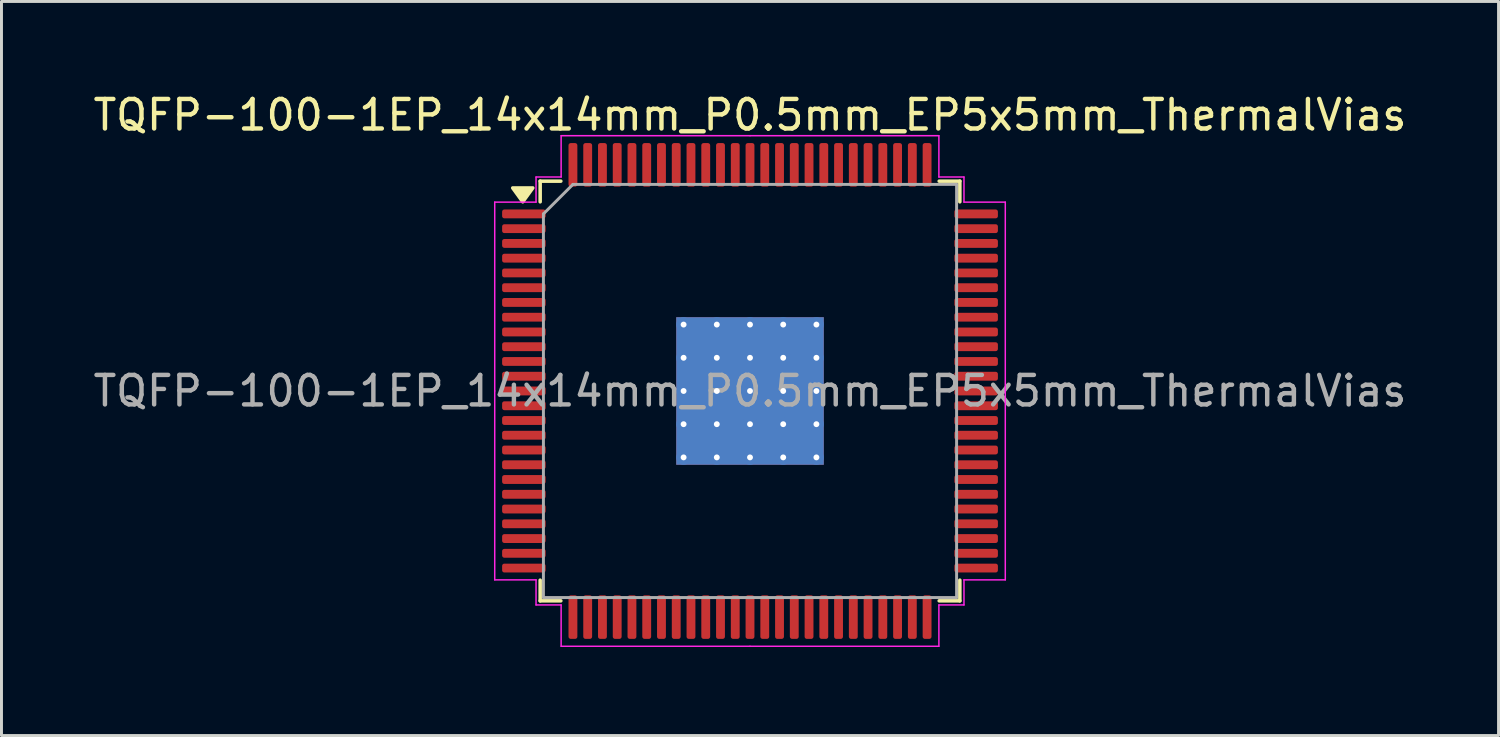
<source format=kicad_pcb>
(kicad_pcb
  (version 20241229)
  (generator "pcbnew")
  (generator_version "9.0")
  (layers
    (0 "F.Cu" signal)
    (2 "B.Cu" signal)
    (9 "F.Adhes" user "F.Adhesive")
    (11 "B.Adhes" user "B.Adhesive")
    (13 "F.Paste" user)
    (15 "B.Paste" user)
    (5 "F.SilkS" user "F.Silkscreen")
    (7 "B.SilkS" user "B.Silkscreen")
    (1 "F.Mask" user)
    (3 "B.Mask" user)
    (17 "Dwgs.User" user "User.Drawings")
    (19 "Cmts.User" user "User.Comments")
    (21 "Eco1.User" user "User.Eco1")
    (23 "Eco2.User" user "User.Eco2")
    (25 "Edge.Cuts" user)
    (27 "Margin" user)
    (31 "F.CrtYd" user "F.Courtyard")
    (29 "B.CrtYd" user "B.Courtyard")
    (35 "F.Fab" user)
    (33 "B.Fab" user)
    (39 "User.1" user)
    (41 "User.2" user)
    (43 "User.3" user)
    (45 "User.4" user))
  (footprint "TQFP-100-1EP_14x14mm_P0.5mm_EP5x5mm_ThermalVias"
    (layer "F.Cu")
    (at 22.363 10.198)
    (property "Reference" "TQFP-100-1EP_14x14mm_P0.5mm_EP5x5mm_ThermalVias" (at 0 -9.35 0) (layer "F.SilkS") (effects (font (size 1 1) (thickness 0.15))))
    (attr smd)
    (fp_line (start -7.11 -7.11) (end -7.11 -6.41) (stroke (width 0.12) (type solid)) (layer "F.SilkS"))
    (fp_line (start -7.11 7.11) (end -7.11 6.41) (stroke (width 0.12) (type solid)) (layer "F.SilkS"))
    (fp_line (start -6.41 -7.11) (end -7.11 -7.11) (stroke (width 0.12) (type solid)) (layer "F.SilkS"))
    (fp_line (start -6.41 7.11) (end -7.11 7.11) (stroke (width 0.12) (type solid)) (layer "F.SilkS"))
    (fp_line (start 6.41 -7.11) (end 7.11 -7.11) (stroke (width 0.12) (type solid)) (layer "F.SilkS"))
    (fp_line (start 6.41 7.11) (end 7.11 7.11) (stroke (width 0.12) (type solid)) (layer "F.SilkS"))
    (fp_line (start 7.11 -7.11) (end 7.11 -6.41) (stroke (width 0.12) (type solid)) (layer "F.SilkS"))
    (fp_line (start 7.11 7.11) (end 7.11 6.41) (stroke (width 0.12) (type solid)) (layer "F.SilkS"))
    (fp_poly (pts (xy -7.7 -6.41) (xy -8.04 -6.88) (xy -7.36 -6.88) (xy -7.7 -6.41)) (stroke (width 0.12) (type solid)) (fill yes) (layer "F.SilkS"))
    (fp_line (start -8.65 -6.4) (end -8.65 0) (stroke (width 0.05) (type solid)) (layer "F.CrtYd"))
    (fp_line (start -8.65 6.4) (end -8.65 0) (stroke (width 0.05) (type solid)) (layer "F.CrtYd"))
    (fp_line (start -7.25 -7.25) (end -7.25 -6.4) (stroke (width 0.05) (type solid)) (layer "F.CrtYd"))
    (fp_line (start -7.25 -6.4) (end -8.65 -6.4) (stroke (width 0.05) (type solid)) (layer "F.CrtYd"))
    (fp_line (start -7.25 6.4) (end -8.65 6.4) (stroke (width 0.05) (type solid)) (layer "F.CrtYd"))
    (fp_line (start -7.25 7.25) (end -7.25 6.4) (stroke (width 0.05) (type solid)) (layer "F.CrtYd"))
    (fp_line (start -6.4 -8.65) (end -6.4 -7.25) (stroke (width 0.05) (type solid)) (layer "F.CrtYd"))
    (fp_line (start -6.4 -7.25) (end -7.25 -7.25) (stroke (width 0.05) (type solid)) (layer "F.CrtYd"))
    (fp_line (start -6.4 7.25) (end -7.25 7.25) (stroke (width 0.05) (type solid)) (layer "F.CrtYd"))
    (fp_line (start -6.4 8.65) (end -6.4 7.25) (stroke (width 0.05) (type solid)) (layer "F.CrtYd"))
    (fp_line (start 0 -8.65) (end -6.4 -8.65) (stroke (width 0.05) (type solid)) (layer "F.CrtYd"))
    (fp_line (start 0 -8.65) (end 6.4 -8.65) (stroke (width 0.05) (type solid)) (layer "F.CrtYd"))
    (fp_line (start 0 8.65) (end -6.4 8.65) (stroke (width 0.05) (type solid)) (layer "F.CrtYd"))
    (fp_line (start 0 8.65) (end 6.4 8.65) (stroke (width 0.05) (type solid)) (layer "F.CrtYd"))
    (fp_line (start 6.4 -8.65) (end 6.4 -7.25) (stroke (width 0.05) (type solid)) (layer "F.CrtYd"))
    (fp_line (start 6.4 -7.25) (end 7.25 -7.25) (stroke (width 0.05) (type solid)) (layer "F.CrtYd"))
    (fp_line (start 6.4 7.25) (end 7.25 7.25) (stroke (width 0.05) (type solid)) (layer "F.CrtYd"))
    (fp_line (start 6.4 8.65) (end 6.4 7.25) (stroke (width 0.05) (type solid)) (layer "F.CrtYd"))
    (fp_line (start 7.25 -7.25) (end 7.25 -6.4) (stroke (width 0.05) (type solid)) (layer "F.CrtYd"))
    (fp_line (start 7.25 -6.4) (end 8.65 -6.4) (stroke (width 0.05) (type solid)) (layer "F.CrtYd"))
    (fp_line (start 7.25 6.4) (end 8.65 6.4) (stroke (width 0.05) (type solid)) (layer "F.CrtYd"))
    (fp_line (start 7.25 7.25) (end 7.25 6.4) (stroke (width 0.05) (type solid)) (layer "F.CrtYd"))
    (fp_line (start 8.65 -6.4) (end 8.65 0) (stroke (width 0.05) (type solid)) (layer "F.CrtYd"))
    (fp_line (start 8.65 6.4) (end 8.65 0) (stroke (width 0.05) (type solid)) (layer "F.CrtYd"))
    (fp_line (start -7 -6) (end -6 -7) (stroke (width 0.1) (type solid)) (layer "F.Fab"))
    (fp_line (start -7 7) (end -7 -6) (stroke (width 0.1) (type solid)) (layer "F.Fab"))
    (fp_line (start -6 -7) (end 7 -7) (stroke (width 0.1) (type solid)) (layer "F.Fab"))
    (fp_line (start 7 -7) (end 7 7) (stroke (width 0.1) (type solid)) (layer "F.Fab"))
    (fp_line (start 7 7) (end -7 7) (stroke (width 0.1) (type solid)) (layer "F.Fab"))
    (fp_text user "${REFERENCE}" (at 0 0 0) (layer "F.Fab") (effects (font (size 1 1) (thickness 0.15))))
    (pad "" smd custom (at -1.688 -1.688) (size 0.891 0.891) (layers "F.Paste") (options (anchor circle)) (primitives (gr_poly (pts (xy -0.387 -0.29) (xy -0.29 -0.387) (xy 0.29 -0.387) (xy 0.387 -0.29) (xy 0.387 0.29) (xy 0.29 0.387) (xy -0.29 0.387) (xy -0.387 0.29)) (width 0.234) (fill yes))))
    (pad "" smd custom (at -1.688 -0.562) (size 0.891 0.891) (layers "F.Paste") (options (anchor circle)) (primitives (gr_poly (pts (xy -0.387 -0.29) (xy -0.29 -0.387) (xy 0.29 -0.387) (xy 0.387 -0.29) (xy 0.387 0.29) (xy 0.29 0.387) (xy -0.29 0.387) (xy -0.387 0.29)) (width 0.234) (fill yes))))
    (pad "" smd custom (at -1.688 0.562) (size 0.891 0.891) (layers "F.Paste") (options (anchor circle)) (primitives (gr_poly (pts (xy -0.387 -0.29) (xy -0.29 -0.387) (xy 0.29 -0.387) (xy 0.387 -0.29) (xy 0.387 0.29) (xy 0.29 0.387) (xy -0.29 0.387) (xy -0.387 0.29)) (width 0.234) (fill yes))))
    (pad "" smd custom (at -1.688 1.688) (size 0.891 0.891) (layers "F.Paste") (options (anchor circle)) (primitives (gr_poly (pts (xy -0.387 -0.29) (xy -0.29 -0.387) (xy 0.29 -0.387) (xy 0.387 -0.29) (xy 0.387 0.29) (xy 0.29 0.387) (xy -0.29 0.387) (xy -0.387 0.29)) (width 0.234) (fill yes))))
    (pad "" smd custom (at -0.562 -1.688) (size 0.891 0.891) (layers "F.Paste") (options (anchor circle)) (primitives (gr_poly (pts (xy -0.387 -0.29) (xy -0.29 -0.387) (xy 0.29 -0.387) (xy 0.387 -0.29) (xy 0.387 0.29) (xy 0.29 0.387) (xy -0.29 0.387) (xy -0.387 0.29)) (width 0.234) (fill yes))))
    (pad "" smd custom (at -0.562 -0.562) (size 0.891 0.891) (layers "F.Paste") (options (anchor circle)) (primitives (gr_poly (pts (xy -0.387 -0.29) (xy -0.29 -0.387) (xy 0.29 -0.387) (xy 0.387 -0.29) (xy 0.387 0.29) (xy 0.29 0.387) (xy -0.29 0.387) (xy -0.387 0.29)) (width 0.234) (fill yes))))
    (pad "" smd custom (at -0.562 0.562) (size 0.891 0.891) (layers "F.Paste") (options (anchor circle)) (primitives (gr_poly (pts (xy -0.387 -0.29) (xy -0.29 -0.387) (xy 0.29 -0.387) (xy 0.387 -0.29) (xy 0.387 0.29) (xy 0.29 0.387) (xy -0.29 0.387) (xy -0.387 0.29)) (width 0.234) (fill yes))))
    (pad "" smd custom (at -0.562 1.688) (size 0.891 0.891) (layers "F.Paste") (options (anchor circle)) (primitives (gr_poly (pts (xy -0.387 -0.29) (xy -0.29 -0.387) (xy 0.29 -0.387) (xy 0.387 -0.29) (xy 0.387 0.29) (xy 0.29 0.387) (xy -0.29 0.387) (xy -0.387 0.29)) (width 0.234) (fill yes))))
    (pad "" smd custom (at 0.562 -1.688) (size 0.891 0.891) (layers "F.Paste") (options (anchor circle)) (primitives (gr_poly (pts (xy -0.387 -0.29) (xy -0.29 -0.387) (xy 0.29 -0.387) (xy 0.387 -0.29) (xy 0.387 0.29) (xy 0.29 0.387) (xy -0.29 0.387) (xy -0.387 0.29)) (width 0.234) (fill yes))))
    (pad "" smd custom (at 0.562 -0.562) (size 0.891 0.891) (layers "F.Paste") (options (anchor circle)) (primitives (gr_poly (pts (xy -0.387 -0.29) (xy -0.29 -0.387) (xy 0.29 -0.387) (xy 0.387 -0.29) (xy 0.387 0.29) (xy 0.29 0.387) (xy -0.29 0.387) (xy -0.387 0.29)) (width 0.234) (fill yes))))
    (pad "" smd custom (at 0.562 0.562) (size 0.891 0.891) (layers "F.Paste") (options (anchor circle)) (primitives (gr_poly (pts (xy -0.387 -0.29) (xy -0.29 -0.387) (xy 0.29 -0.387) (xy 0.387 -0.29) (xy 0.387 0.29) (xy 0.29 0.387) (xy -0.29 0.387) (xy -0.387 0.29)) (width 0.234) (fill yes))))
    (pad "" smd custom (at 0.562 1.688) (size 0.891 0.891) (layers "F.Paste") (options (anchor circle)) (primitives (gr_poly (pts (xy -0.387 -0.29) (xy -0.29 -0.387) (xy 0.29 -0.387) (xy 0.387 -0.29) (xy 0.387 0.29) (xy 0.29 0.387) (xy -0.29 0.387) (xy -0.387 0.29)) (width 0.234) (fill yes))))
    (pad "" smd custom (at 1.688 -1.688) (size 0.891 0.891) (layers "F.Paste") (options (anchor circle)) (primitives (gr_poly (pts (xy -0.387 -0.29) (xy -0.29 -0.387) (xy 0.29 -0.387) (xy 0.387 -0.29) (xy 0.387 0.29) (xy 0.29 0.387) (xy -0.29 0.387) (xy -0.387 0.29)) (width 0.234) (fill yes))))
    (pad "" smd custom (at 1.688 -0.562) (size 0.891 0.891) (layers "F.Paste") (options (anchor circle)) (primitives (gr_poly (pts (xy -0.387 -0.29) (xy -0.29 -0.387) (xy 0.29 -0.387) (xy 0.387 -0.29) (xy 0.387 0.29) (xy 0.29 0.387) (xy -0.29 0.387) (xy -0.387 0.29)) (width 0.234) (fill yes))))
    (pad "" smd custom (at 1.688 0.562) (size 0.891 0.891) (layers "F.Paste") (options (anchor circle)) (primitives (gr_poly (pts (xy -0.387 -0.29) (xy -0.29 -0.387) (xy 0.29 -0.387) (xy 0.387 -0.29) (xy 0.387 0.29) (xy 0.29 0.387) (xy -0.29 0.387) (xy -0.387 0.29)) (width 0.234) (fill yes))))
    (pad "" smd custom (at 1.688 1.688) (size 0.891 0.891) (layers "F.Paste") (options (anchor circle)) (primitives (gr_poly (pts (xy -0.387 -0.29) (xy -0.29 -0.387) (xy 0.29 -0.387) (xy 0.387 -0.29) (xy 0.387 0.29) (xy 0.29 0.387) (xy -0.29 0.387) (xy -0.387 0.29)) (width 0.234) (fill yes))))
    (pad "1" smd roundrect (at -7.662 -6) (size 1.475 0.3) (layers "F.Cu" "F.Mask" "F.Paste") (roundrect_rratio 0.25))
    (pad "2" smd roundrect (at -7.662 -5.5) (size 1.475 0.3) (layers "F.Cu" "F.Mask" "F.Paste") (roundrect_rratio 0.25))
    (pad "3" smd roundrect (at -7.662 -5) (size 1.475 0.3) (layers "F.Cu" "F.Mask" "F.Paste") (roundrect_rratio 0.25))
    (pad "4" smd roundrect (at -7.662 -4.5) (size 1.475 0.3) (layers "F.Cu" "F.Mask" "F.Paste") (roundrect_rratio 0.25))
    (pad "5" smd roundrect (at -7.662 -4) (size 1.475 0.3) (layers "F.Cu" "F.Mask" "F.Paste") (roundrect_rratio 0.25))
    (pad "6" smd roundrect (at -7.662 -3.5) (size 1.475 0.3) (layers "F.Cu" "F.Mask" "F.Paste") (roundrect_rratio 0.25))
    (pad "7" smd roundrect (at -7.662 -3) (size 1.475 0.3) (layers "F.Cu" "F.Mask" "F.Paste") (roundrect_rratio 0.25))
    (pad "8" smd roundrect (at -7.662 -2.5) (size 1.475 0.3) (layers "F.Cu" "F.Mask" "F.Paste") (roundrect_rratio 0.25))
    (pad "9" smd roundrect (at -7.662 -2) (size 1.475 0.3) (layers "F.Cu" "F.Mask" "F.Paste") (roundrect_rratio 0.25))
    (pad "10" smd roundrect (at -7.662 -1.5) (size 1.475 0.3) (layers "F.Cu" "F.Mask" "F.Paste") (roundrect_rratio 0.25))
    (pad "11" smd roundrect (at -7.662 -1) (size 1.475 0.3) (layers "F.Cu" "F.Mask" "F.Paste") (roundrect_rratio 0.25))
    (pad "12" smd roundrect (at -7.662 -0.5) (size 1.475 0.3) (layers "F.Cu" "F.Mask" "F.Paste") (roundrect_rratio 0.25))
    (pad "13" smd roundrect (at -7.662 0) (size 1.475 0.3) (layers "F.Cu" "F.Mask" "F.Paste") (roundrect_rratio 0.25))
    (pad "14" smd roundrect (at -7.662 0.5) (size 1.475 0.3) (layers "F.Cu" "F.Mask" "F.Paste") (roundrect_rratio 0.25))
    (pad "15" smd roundrect (at -7.662 1) (size 1.475 0.3) (layers "F.Cu" "F.Mask" "F.Paste") (roundrect_rratio 0.25))
    (pad "16" smd roundrect (at -7.662 1.5) (size 1.475 0.3) (layers "F.Cu" "F.Mask" "F.Paste") (roundrect_rratio 0.25))
    (pad "17" smd roundrect (at -7.662 2) (size 1.475 0.3) (layers "F.Cu" "F.Mask" "F.Paste") (roundrect_rratio 0.25))
    (pad "18" smd roundrect (at -7.662 2.5) (size 1.475 0.3) (layers "F.Cu" "F.Mask" "F.Paste") (roundrect_rratio 0.25))
    (pad "19" smd roundrect (at -7.662 3) (size 1.475 0.3) (layers "F.Cu" "F.Mask" "F.Paste") (roundrect_rratio 0.25))
    (pad "20" smd roundrect (at -7.662 3.5) (size 1.475 0.3) (layers "F.Cu" "F.Mask" "F.Paste") (roundrect_rratio 0.25))
    (pad "21" smd roundrect (at -7.662 4) (size 1.475 0.3) (layers "F.Cu" "F.Mask" "F.Paste") (roundrect_rratio 0.25))
    (pad "22" smd roundrect (at -7.662 4.5) (size 1.475 0.3) (layers "F.Cu" "F.Mask" "F.Paste") (roundrect_rratio 0.25))
    (pad "23" smd roundrect (at -7.662 5) (size 1.475 0.3) (layers "F.Cu" "F.Mask" "F.Paste") (roundrect_rratio 0.25))
    (pad "24" smd roundrect (at -7.662 5.5) (size 1.475 0.3) (layers "F.Cu" "F.Mask" "F.Paste") (roundrect_rratio 0.25))
    (pad "25" smd roundrect (at -7.662 6) (size 1.475 0.3) (layers "F.Cu" "F.Mask" "F.Paste") (roundrect_rratio 0.25))
    (pad "26" smd roundrect (at -6 7.662) (size 0.3 1.475) (layers "F.Cu" "F.Mask" "F.Paste") (roundrect_rratio 0.25))
    (pad "27" smd roundrect (at -5.5 7.662) (size 0.3 1.475) (layers "F.Cu" "F.Mask" "F.Paste") (roundrect_rratio 0.25))
    (pad "28" smd roundrect (at -5 7.662) (size 0.3 1.475) (layers "F.Cu" "F.Mask" "F.Paste") (roundrect_rratio 0.25))
    (pad "29" smd roundrect (at -4.5 7.662) (size 0.3 1.475) (layers "F.Cu" "F.Mask" "F.Paste") (roundrect_rratio 0.25))
    (pad "30" smd roundrect (at -4 7.662) (size 0.3 1.475) (layers "F.Cu" "F.Mask" "F.Paste") (roundrect_rratio 0.25))
    (pad "31" smd roundrect (at -3.5 7.662) (size 0.3 1.475) (layers "F.Cu" "F.Mask" "F.Paste") (roundrect_rratio 0.25))
    (pad "32" smd roundrect (at -3 7.662) (size 0.3 1.475) (layers "F.Cu" "F.Mask" "F.Paste") (roundrect_rratio 0.25))
    (pad "33" smd roundrect (at -2.5 7.662) (size 0.3 1.475) (layers "F.Cu" "F.Mask" "F.Paste") (roundrect_rratio 0.25))
    (pad "34" smd roundrect (at -2 7.662) (size 0.3 1.475) (layers "F.Cu" "F.Mask" "F.Paste") (roundrect_rratio 0.25))
    (pad "35" smd roundrect (at -1.5 7.662) (size 0.3 1.475) (layers "F.Cu" "F.Mask" "F.Paste") (roundrect_rratio 0.25))
    (pad "36" smd roundrect (at -1 7.662) (size 0.3 1.475) (layers "F.Cu" "F.Mask" "F.Paste") (roundrect_rratio 0.25))
    (pad "37" smd roundrect (at -0.5 7.662) (size 0.3 1.475) (layers "F.Cu" "F.Mask" "F.Paste") (roundrect_rratio 0.25))
    (pad "38" smd roundrect (at 0 7.662) (size 0.3 1.475) (layers "F.Cu" "F.Mask" "F.Paste") (roundrect_rratio 0.25))
    (pad "39" smd roundrect (at 0.5 7.662) (size 0.3 1.475) (layers "F.Cu" "F.Mask" "F.Paste") (roundrect_rratio 0.25))
    (pad "40" smd roundrect (at 1 7.662) (size 0.3 1.475) (layers "F.Cu" "F.Mask" "F.Paste") (roundrect_rratio 0.25))
    (pad "41" smd roundrect (at 1.5 7.662) (size 0.3 1.475) (layers "F.Cu" "F.Mask" "F.Paste") (roundrect_rratio 0.25))
    (pad "42" smd roundrect (at 2 7.662) (size 0.3 1.475) (layers "F.Cu" "F.Mask" "F.Paste") (roundrect_rratio 0.25))
    (pad "43" smd roundrect (at 2.5 7.662) (size 0.3 1.475) (layers "F.Cu" "F.Mask" "F.Paste") (roundrect_rratio 0.25))
    (pad "44" smd roundrect (at 3 7.662) (size 0.3 1.475) (layers "F.Cu" "F.Mask" "F.Paste") (roundrect_rratio 0.25))
    (pad "45" smd roundrect (at 3.5 7.662) (size 0.3 1.475) (layers "F.Cu" "F.Mask" "F.Paste") (roundrect_rratio 0.25))
    (pad "46" smd roundrect (at 4 7.662) (size 0.3 1.475) (layers "F.Cu" "F.Mask" "F.Paste") (roundrect_rratio 0.25))
    (pad "47" smd roundrect (at 4.5 7.662) (size 0.3 1.475) (layers "F.Cu" "F.Mask" "F.Paste") (roundrect_rratio 0.25))
    (pad "48" smd roundrect (at 5 7.662) (size 0.3 1.475) (layers "F.Cu" "F.Mask" "F.Paste") (roundrect_rratio 0.25))
    (pad "49" smd roundrect (at 5.5 7.662) (size 0.3 1.475) (layers "F.Cu" "F.Mask" "F.Paste") (roundrect_rratio 0.25))
    (pad "50" smd roundrect (at 6 7.662) (size 0.3 1.475) (layers "F.Cu" "F.Mask" "F.Paste") (roundrect_rratio 0.25))
    (pad "51" smd roundrect (at 7.662 6) (size 1.475 0.3) (layers "F.Cu" "F.Mask" "F.Paste") (roundrect_rratio 0.25))
    (pad "52" smd roundrect (at 7.662 5.5) (size 1.475 0.3) (layers "F.Cu" "F.Mask" "F.Paste") (roundrect_rratio 0.25))
    (pad "53" smd roundrect (at 7.662 5) (size 1.475 0.3) (layers "F.Cu" "F.Mask" "F.Paste") (roundrect_rratio 0.25))
    (pad "54" smd roundrect (at 7.662 4.5) (size 1.475 0.3) (layers "F.Cu" "F.Mask" "F.Paste") (roundrect_rratio 0.25))
    (pad "55" smd roundrect (at 7.662 4) (size 1.475 0.3) (layers "F.Cu" "F.Mask" "F.Paste") (roundrect_rratio 0.25))
    (pad "56" smd roundrect (at 7.662 3.5) (size 1.475 0.3) (layers "F.Cu" "F.Mask" "F.Paste") (roundrect_rratio 0.25))
    (pad "57" smd roundrect (at 7.662 3) (size 1.475 0.3) (layers "F.Cu" "F.Mask" "F.Paste") (roundrect_rratio 0.25))
    (pad "58" smd roundrect (at 7.662 2.5) (size 1.475 0.3) (layers "F.Cu" "F.Mask" "F.Paste") (roundrect_rratio 0.25))
    (pad "59" smd roundrect (at 7.662 2) (size 1.475 0.3) (layers "F.Cu" "F.Mask" "F.Paste") (roundrect_rratio 0.25))
    (pad "60" smd roundrect (at 7.662 1.5) (size 1.475 0.3) (layers "F.Cu" "F.Mask" "F.Paste") (roundrect_rratio 0.25))
    (pad "61" smd roundrect (at 7.662 1) (size 1.475 0.3) (layers "F.Cu" "F.Mask" "F.Paste") (roundrect_rratio 0.25))
    (pad "62" smd roundrect (at 7.662 0.5) (size 1.475 0.3) (layers "F.Cu" "F.Mask" "F.Paste") (roundrect_rratio 0.25))
    (pad "63" smd roundrect (at 7.662 0) (size 1.475 0.3) (layers "F.Cu" "F.Mask" "F.Paste") (roundrect_rratio 0.25))
    (pad "64" smd roundrect (at 7.662 -0.5) (size 1.475 0.3) (layers "F.Cu" "F.Mask" "F.Paste") (roundrect_rratio 0.25))
    (pad "65" smd roundrect (at 7.662 -1) (size 1.475 0.3) (layers "F.Cu" "F.Mask" "F.Paste") (roundrect_rratio 0.25))
    (pad "66" smd roundrect (at 7.662 -1.5) (size 1.475 0.3) (layers "F.Cu" "F.Mask" "F.Paste") (roundrect_rratio 0.25))
    (pad "67" smd roundrect (at 7.662 -2) (size 1.475 0.3) (layers "F.Cu" "F.Mask" "F.Paste") (roundrect_rratio 0.25))
    (pad "68" smd roundrect (at 7.662 -2.5) (size 1.475 0.3) (layers "F.Cu" "F.Mask" "F.Paste") (roundrect_rratio 0.25))
    (pad "69" smd roundrect (at 7.662 -3) (size 1.475 0.3) (layers "F.Cu" "F.Mask" "F.Paste") (roundrect_rratio 0.25))
    (pad "70" smd roundrect (at 7.662 -3.5) (size 1.475 0.3) (layers "F.Cu" "F.Mask" "F.Paste") (roundrect_rratio 0.25))
    (pad "71" smd roundrect (at 7.662 -4) (size 1.475 0.3) (layers "F.Cu" "F.Mask" "F.Paste") (roundrect_rratio 0.25))
    (pad "72" smd roundrect (at 7.662 -4.5) (size 1.475 0.3) (layers "F.Cu" "F.Mask" "F.Paste") (roundrect_rratio 0.25))
    (pad "73" smd roundrect (at 7.662 -5) (size 1.475 0.3) (layers "F.Cu" "F.Mask" "F.Paste") (roundrect_rratio 0.25))
    (pad "74" smd roundrect (at 7.662 -5.5) (size 1.475 0.3) (layers "F.Cu" "F.Mask" "F.Paste") (roundrect_rratio 0.25))
    (pad "75" smd roundrect (at 7.662 -6) (size 1.475 0.3) (layers "F.Cu" "F.Mask" "F.Paste") (roundrect_rratio 0.25))
    (pad "76" smd roundrect (at 6 -7.662) (size 0.3 1.475) (layers "F.Cu" "F.Mask" "F.Paste") (roundrect_rratio 0.25))
    (pad "77" smd roundrect (at 5.5 -7.662) (size 0.3 1.475) (layers "F.Cu" "F.Mask" "F.Paste") (roundrect_rratio 0.25))
    (pad "78" smd roundrect (at 5 -7.662) (size 0.3 1.475) (layers "F.Cu" "F.Mask" "F.Paste") (roundrect_rratio 0.25))
    (pad "79" smd roundrect (at 4.5 -7.662) (size 0.3 1.475) (layers "F.Cu" "F.Mask" "F.Paste") (roundrect_rratio 0.25))
    (pad "80" smd roundrect (at 4 -7.662) (size 0.3 1.475) (layers "F.Cu" "F.Mask" "F.Paste") (roundrect_rratio 0.25))
    (pad "81" smd roundrect (at 3.5 -7.662) (size 0.3 1.475) (layers "F.Cu" "F.Mask" "F.Paste") (roundrect_rratio 0.25))
    (pad "82" smd roundrect (at 3 -7.662) (size 0.3 1.475) (layers "F.Cu" "F.Mask" "F.Paste") (roundrect_rratio 0.25))
    (pad "83" smd roundrect (at 2.5 -7.662) (size 0.3 1.475) (layers "F.Cu" "F.Mask" "F.Paste") (roundrect_rratio 0.25))
    (pad "84" smd roundrect (at 2 -7.662) (size 0.3 1.475) (layers "F.Cu" "F.Mask" "F.Paste") (roundrect_rratio 0.25))
    (pad "85" smd roundrect (at 1.5 -7.662) (size 0.3 1.475) (layers "F.Cu" "F.Mask" "F.Paste") (roundrect_rratio 0.25))
    (pad "86" smd roundrect (at 1 -7.662) (size 0.3 1.475) (layers "F.Cu" "F.Mask" "F.Paste") (roundrect_rratio 0.25))
    (pad "87" smd roundrect (at 0.5 -7.662) (size 0.3 1.475) (layers "F.Cu" "F.Mask" "F.Paste") (roundrect_rratio 0.25))
    (pad "88" smd roundrect (at 0 -7.662) (size 0.3 1.475) (layers "F.Cu" "F.Mask" "F.Paste") (roundrect_rratio 0.25))
    (pad "89" smd roundrect (at -0.5 -7.662) (size 0.3 1.475) (layers "F.Cu" "F.Mask" "F.Paste") (roundrect_rratio 0.25))
    (pad "90" smd roundrect (at -1 -7.662) (size 0.3 1.475) (layers "F.Cu" "F.Mask" "F.Paste") (roundrect_rratio 0.25))
    (pad "91" smd roundrect (at -1.5 -7.662) (size 0.3 1.475) (layers "F.Cu" "F.Mask" "F.Paste") (roundrect_rratio 0.25))
    (pad "92" smd roundrect (at -2 -7.662) (size 0.3 1.475) (layers "F.Cu" "F.Mask" "F.Paste") (roundrect_rratio 0.25))
    (pad "93" smd roundrect (at -2.5 -7.662) (size 0.3 1.475) (layers "F.Cu" "F.Mask" "F.Paste") (roundrect_rratio 0.25))
    (pad "94" smd roundrect (at -3 -7.662) (size 0.3 1.475) (layers "F.Cu" "F.Mask" "F.Paste") (roundrect_rratio 0.25))
    (pad "95" smd roundrect (at -3.5 -7.662) (size 0.3 1.475) (layers "F.Cu" "F.Mask" "F.Paste") (roundrect_rratio 0.25))
    (pad "96" smd roundrect (at -4 -7.662) (size 0.3 1.475) (layers "F.Cu" "F.Mask" "F.Paste") (roundrect_rratio 0.25))
    (pad "97" smd roundrect (at -4.5 -7.662) (size 0.3 1.475) (layers "F.Cu" "F.Mask" "F.Paste") (roundrect_rratio 0.25))
    (pad "98" smd roundrect (at -5 -7.662) (size 0.3 1.475) (layers "F.Cu" "F.Mask" "F.Paste") (roundrect_rratio 0.25))
    (pad "99" smd roundrect (at -5.5 -7.662) (size 0.3 1.475) (layers "F.Cu" "F.Mask" "F.Paste") (roundrect_rratio 0.25))
    (pad "100" smd roundrect (at -6 -7.662) (size 0.3 1.475) (layers "F.Cu" "F.Mask" "F.Paste") (roundrect_rratio 0.25))
    (pad "101" thru_hole circle (at -2.25 -2.25) (size 0.5 0.5) (drill 0.2) (property pad_prop_heatsink) (layers "*.Cu"))
    (pad "101" thru_hole circle (at -2.25 -1.125) (size 0.5 0.5) (drill 0.2) (property pad_prop_heatsink) (layers "*.Cu"))
    (pad "101" thru_hole circle (at -2.25 0) (size 0.5 0.5) (drill 0.2) (property pad_prop_heatsink) (layers "*.Cu"))
    (pad "101" thru_hole circle (at -2.25 1.125) (size 0.5 0.5) (drill 0.2) (property pad_prop_heatsink) (layers "*.Cu"))
    (pad "101" thru_hole circle (at -2.25 2.25) (size 0.5 0.5) (drill 0.2) (property pad_prop_heatsink) (layers "*.Cu"))
    (pad "101" thru_hole circle (at -1.125 -2.25) (size 0.5 0.5) (drill 0.2) (property pad_prop_heatsink) (layers "*.Cu"))
    (pad "101" thru_hole circle (at -1.125 -1.125) (size 0.5 0.5) (drill 0.2) (property pad_prop_heatsink) (layers "*.Cu"))
    (pad "101" thru_hole circle (at -1.125 0) (size 0.5 0.5) (drill 0.2) (property pad_prop_heatsink) (layers "*.Cu"))
    (pad "101" thru_hole circle (at -1.125 1.125) (size 0.5 0.5) (drill 0.2) (property pad_prop_heatsink) (layers "*.Cu"))
    (pad "101" thru_hole circle (at -1.125 2.25) (size 0.5 0.5) (drill 0.2) (property pad_prop_heatsink) (layers "*.Cu"))
    (pad "101" thru_hole circle (at 0 -2.25) (size 0.5 0.5) (drill 0.2) (property pad_prop_heatsink) (layers "*.Cu"))
    (pad "101" thru_hole circle (at 0 -1.125) (size 0.5 0.5) (drill 0.2) (property pad_prop_heatsink) (layers "*.Cu"))
    (pad "101" thru_hole circle (at 0 0) (size 0.5 0.5) (drill 0.2) (property pad_prop_heatsink) (layers "*.Cu"))
    (pad "101" smd rect (at 0 0) (size 5 5) (property pad_prop_heatsink) (layers "F.Cu" "F.Mask"))
    (pad "101" smd rect (at 0 0) (size 5 5) (property pad_prop_heatsink) (layers "B.Cu"))
    (pad "101" thru_hole circle (at 0 1.125) (size 0.5 0.5) (drill 0.2) (property pad_prop_heatsink) (layers "*.Cu"))
    (pad "101" thru_hole circle (at 0 2.25) (size 0.5 0.5) (drill 0.2) (property pad_prop_heatsink) (layers "*.Cu"))
    (pad "101" thru_hole circle (at 1.125 -2.25) (size 0.5 0.5) (drill 0.2) (property pad_prop_heatsink) (layers "*.Cu"))
    (pad "101" thru_hole circle (at 1.125 -1.125) (size 0.5 0.5) (drill 0.2) (property pad_prop_heatsink) (layers "*.Cu"))
    (pad "101" thru_hole circle (at 1.125 0) (size 0.5 0.5) (drill 0.2) (property pad_prop_heatsink) (layers "*.Cu"))
    (pad "101" thru_hole circle (at 1.125 1.125) (size 0.5 0.5) (drill 0.2) (property pad_prop_heatsink) (layers "*.Cu"))
    (pad "101" thru_hole circle (at 1.125 2.25) (size 0.5 0.5) (drill 0.2) (property pad_prop_heatsink) (layers "*.Cu"))
    (pad "101" thru_hole circle (at 2.25 -2.25) (size 0.5 0.5) (drill 0.2) (property pad_prop_heatsink) (layers "*.Cu"))
    (pad "101" thru_hole circle (at 2.25 -1.125) (size 0.5 0.5) (drill 0.2) (property pad_prop_heatsink) (layers "*.Cu"))
    (pad "101" thru_hole circle (at 2.25 0) (size 0.5 0.5) (drill 0.2) (property pad_prop_heatsink) (layers "*.Cu"))
    (pad "101" thru_hole circle (at 2.25 1.125) (size 0.5 0.5) (drill 0.2) (property pad_prop_heatsink) (layers "*.Cu"))
    (pad "101" thru_hole circle (at 2.25 2.25) (size 0.5 0.5) (drill 0.2) (property pad_prop_heatsink) (layers "*.Cu")))
  (gr_rect
    (start -3 -3)
    (end 47.726 21.873)
    (stroke (width 0.1) (type default))
    (fill no)
    (layer "Edge.Cuts")))
</source>
